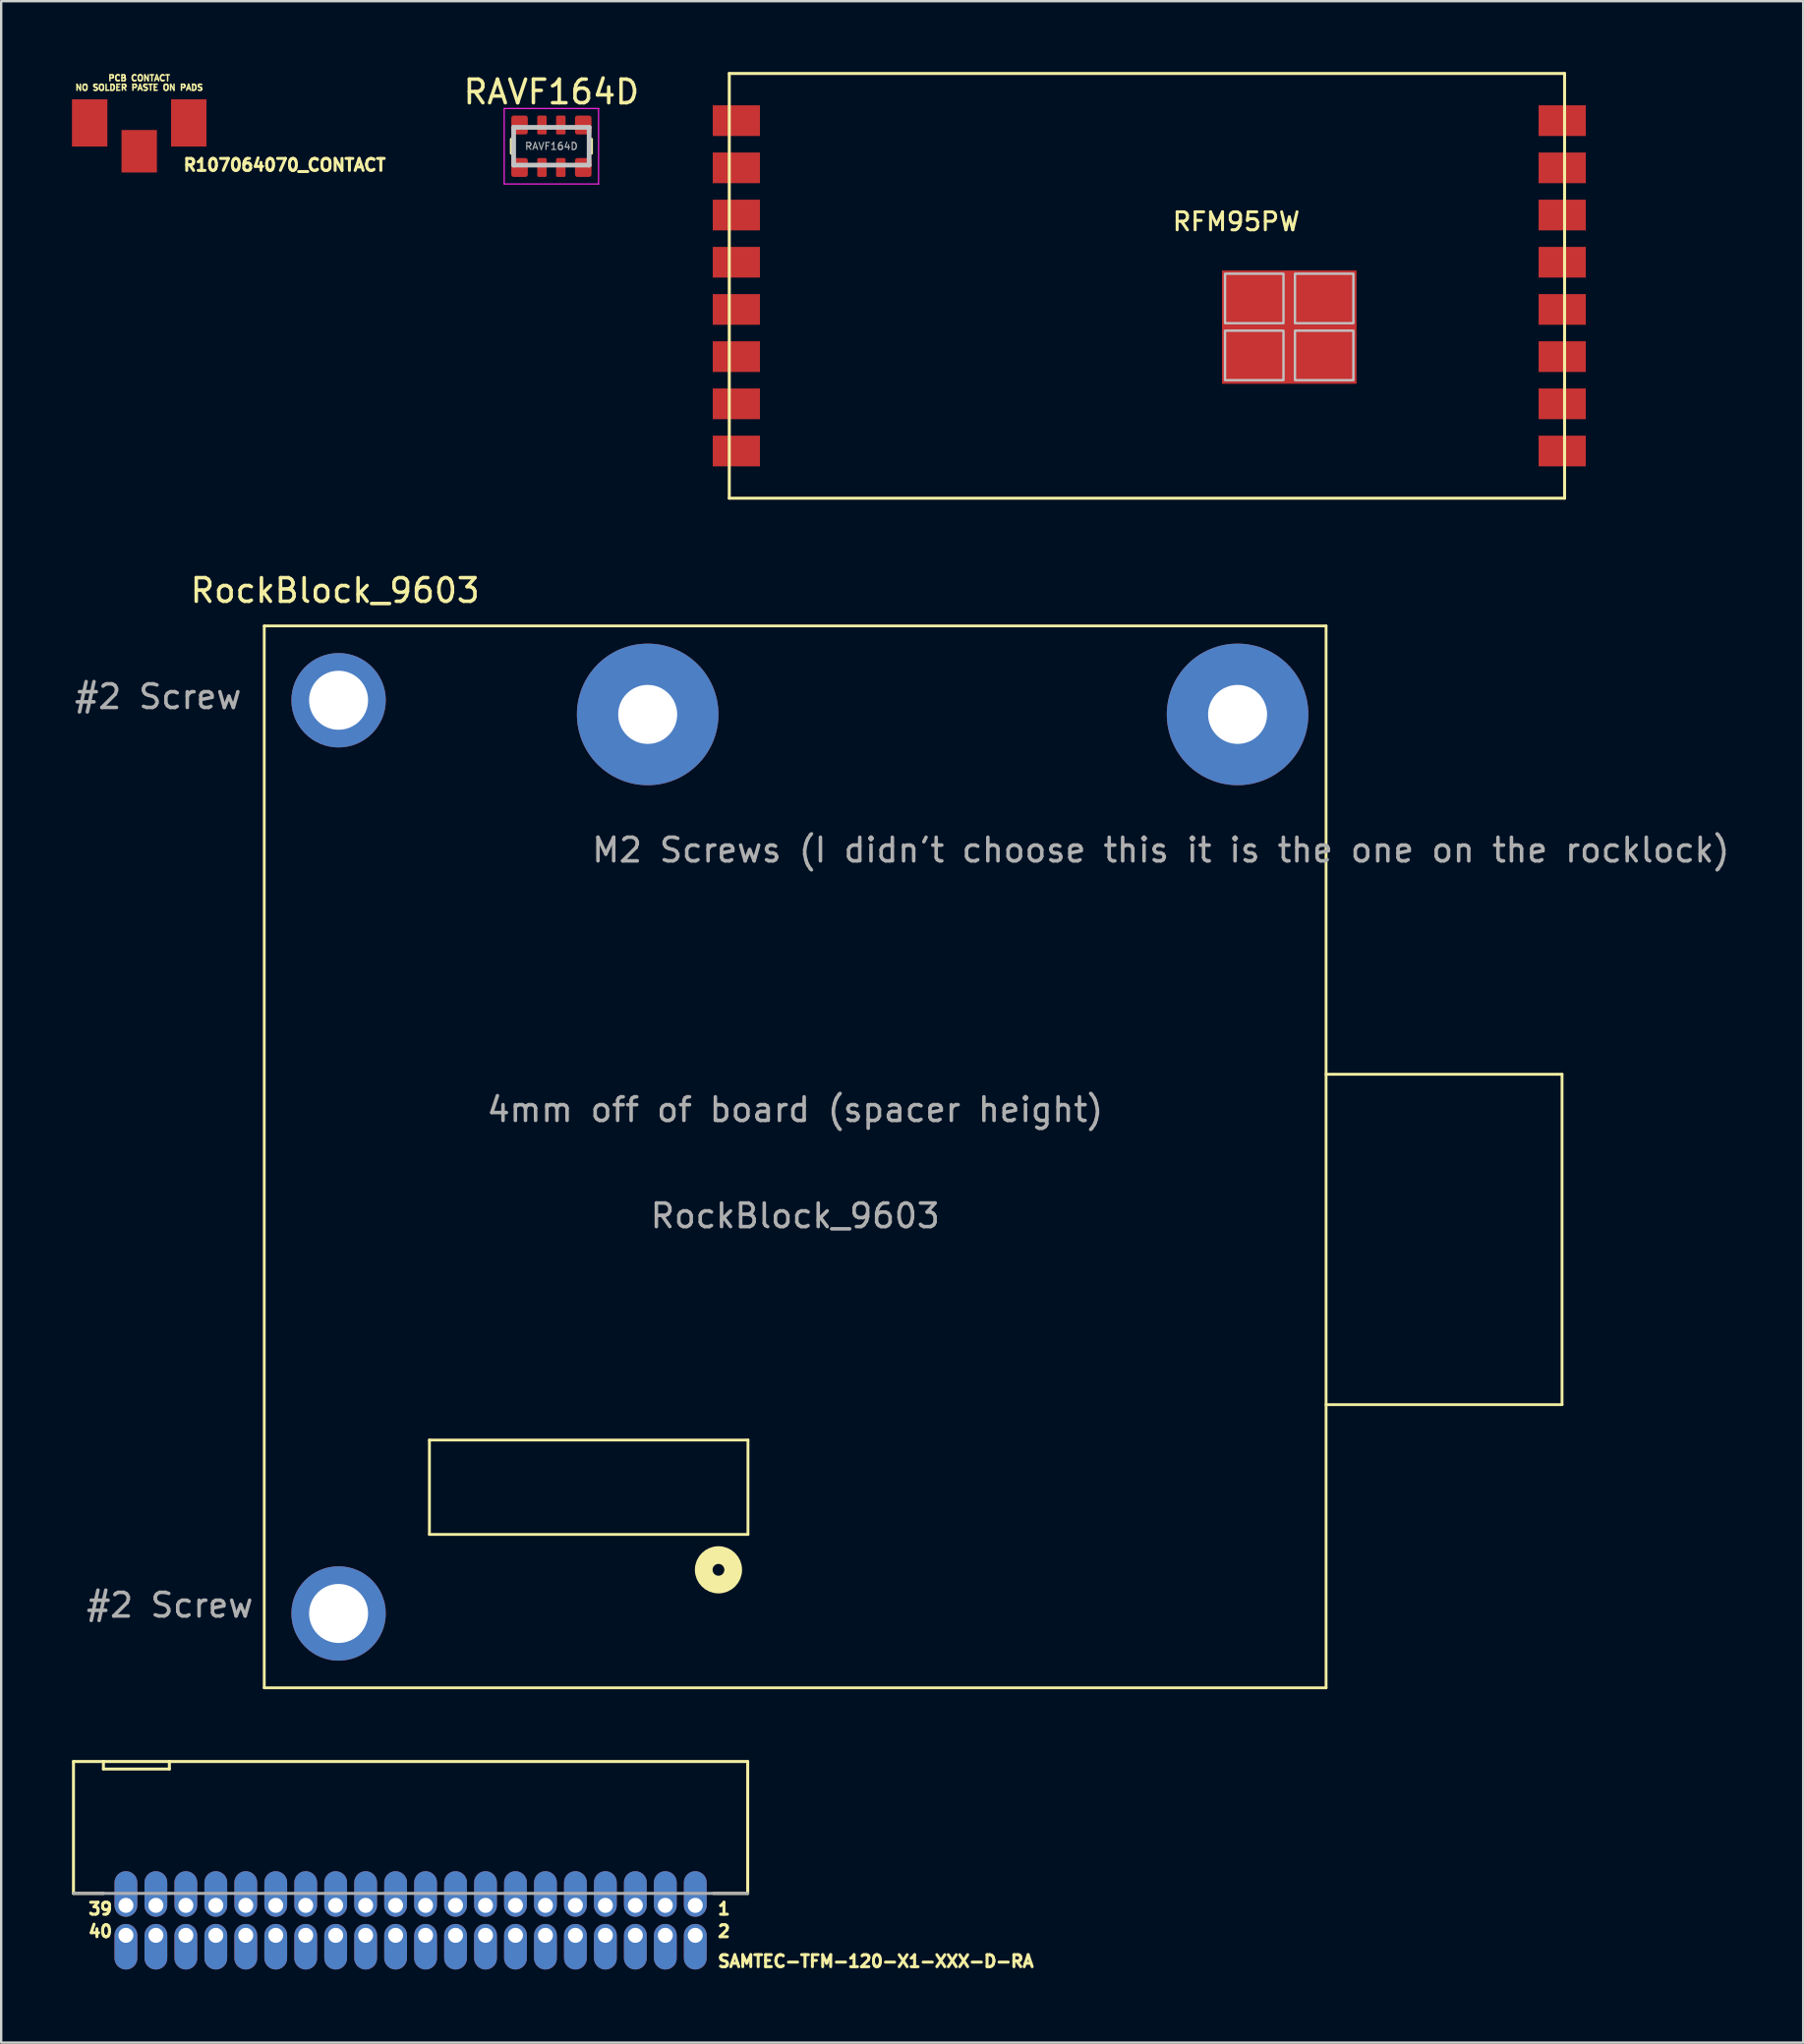
<source format=kicad_pcb>
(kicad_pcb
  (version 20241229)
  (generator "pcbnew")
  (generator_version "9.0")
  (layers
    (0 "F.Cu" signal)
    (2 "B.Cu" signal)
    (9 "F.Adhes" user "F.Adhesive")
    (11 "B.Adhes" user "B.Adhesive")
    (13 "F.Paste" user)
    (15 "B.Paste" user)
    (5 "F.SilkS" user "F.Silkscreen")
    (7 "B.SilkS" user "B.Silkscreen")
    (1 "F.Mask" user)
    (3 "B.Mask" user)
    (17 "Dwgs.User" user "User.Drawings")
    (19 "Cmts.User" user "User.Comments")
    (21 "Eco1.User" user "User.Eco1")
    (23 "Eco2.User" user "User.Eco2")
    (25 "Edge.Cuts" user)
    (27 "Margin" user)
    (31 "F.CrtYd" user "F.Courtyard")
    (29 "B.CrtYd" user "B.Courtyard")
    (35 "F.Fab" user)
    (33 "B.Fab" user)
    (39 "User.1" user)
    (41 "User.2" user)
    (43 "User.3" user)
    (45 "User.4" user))
  (footprint "RAVF164D"
    (layer "F.Cu")
    (at 20.318 3.148)
    (property "Reference" "RAVF164D" (at 0 -2.3 0) (unlocked yes) (layer "F.SilkS") (effects (font (size 1 1) (thickness 0.15))))
    (attr smd)
    (fp_line (start -1.7 -0.3) (end -1.7 0.3) (stroke (width 0.12) (type default)) (layer "F.SilkS"))
    (fp_line (start 1.7 -0.3) (end 1.7 0.3) (stroke (width 0.12) (type default)) (layer "F.SilkS"))
    (fp_line (start -1.6 -0.8) (end -1.6 0.8) (stroke (width 0.2) (type default)) (layer "Dwgs.User"))
    (fp_line (start -1.6 -0.8) (end 1.6 -0.8) (stroke (width 0.2) (type default)) (layer "Dwgs.User"))
    (fp_line (start -1.6 0.8) (end 1.6 0.8) (stroke (width 0.2) (type default)) (layer "Dwgs.User"))
    (fp_line (start 1.6 -0.8) (end 1.6 0.8) (stroke (width 0.2) (type default)) (layer "Dwgs.User"))
    (fp_line (start -2 -1.6) (end -2 1.6) (stroke (width 0.05) (type default)) (layer "F.CrtYd"))
    (fp_line (start -2 -1.6) (end 2 -1.6) (stroke (width 0.05) (type default)) (layer "F.CrtYd"))
    (fp_line (start -2 1.6) (end 2 1.6) (stroke (width 0.05) (type default)) (layer "F.CrtYd"))
    (fp_line (start 2 -1.6) (end 2 1.6) (stroke (width 0.05) (type default)) (layer "F.CrtYd"))
    (fp_text user "${REFERENCE}" (at 0 0 0) (unlocked yes) (layer "F.Fab") (effects (font (size 0.3 0.3) (thickness 0.05) (bold yes))))
    (pad "1" smd roundrect (at -1.35 0.9) (size 0.7 0.8) (layers "F.Cu" "F.Mask" "F.Paste") (roundrect_rratio 0.15))
    (pad "2" smd roundrect (at -0.4 0.9) (size 0.4 0.8) (layers "F.Cu" "F.Mask" "F.Paste") (roundrect_rratio 0.15))
    (pad "3" smd roundrect (at 0.4 0.9) (size 0.4 0.8) (layers "F.Cu" "F.Mask" "F.Paste") (roundrect_rratio 0.15))
    (pad "4" smd roundrect (at 1.35 0.9) (size 0.7 0.8) (layers "F.Cu" "F.Mask" "F.Paste") (roundrect_rratio 0.15))
    (pad "5" smd roundrect (at 1.35 -0.9) (size 0.7 0.8) (layers "F.Cu" "F.Mask" "F.Paste") (roundrect_rratio 0.15))
    (pad "6" smd roundrect (at 0.4 -0.9) (size 0.4 0.8) (layers "F.Cu" "F.Mask" "F.Paste") (roundrect_rratio 0.15))
    (pad "7" smd roundrect (at -0.4 -0.9) (size 0.4 0.8) (layers "F.Cu" "F.Mask" "F.Paste") (roundrect_rratio 0.15))
    (pad "8" smd roundrect (at -1.35 -0.9) (size 0.7 0.8) (layers "F.Cu" "F.Mask" "F.Paste") (roundrect_rratio 0.15)))
  (footprint "RockBlock_9603"
    (layer "F.Cu")
    (at 30.649 45.975)
    (property "Reference" "RockBlock_9603" (at -19.5 -24 0) (unlocked yes) (layer "F.SilkS") (effects (font (size 1 1) (thickness 0.15))))
    (fp_line (start -22.5 22.5) (end -22.5 -22.5) (stroke (width 0.12) (type solid)) (layer "F.SilkS"))
    (fp_line (start -15.5 12) (end -15.5 16) (stroke (width 0.12) (type solid)) (layer "F.SilkS"))
    (fp_line (start -15.5 16) (end -2 16) (stroke (width 0.12) (type solid)) (layer "F.SilkS"))
    (fp_line (start -2 12) (end -15.5 12) (stroke (width 0.12) (type solid)) (layer "F.SilkS"))
    (fp_line (start -2 16) (end -2 12) (stroke (width 0.12) (type solid)) (layer "F.SilkS"))
    (fp_line (start 22.5 -22.5) (end -22.5 -22.5) (stroke (width 0.12) (type solid)) (layer "F.SilkS"))
    (fp_line (start 22.5 -3.5) (end 32.5 -3.5) (stroke (width 0.12) (type solid)) (layer "F.SilkS"))
    (fp_line (start 22.5 22.5) (end -22.5 22.5) (stroke (width 0.12) (type solid)) (layer "F.SilkS"))
    (fp_line (start 22.5 22.5) (end 22.5 -22.5) (stroke (width 0.12) (type solid)) (layer "F.SilkS"))
    (fp_line (start 32.5 10.5) (end 22.5 10.5) (stroke (width 0.12) (type solid)) (layer "F.SilkS"))
    (fp_line (start 32.5 10.5) (end 32.5 -3.5) (stroke (width 0.12) (type solid)) (layer "F.SilkS"))
    (fp_circle (center -3.25 17.5) (end -3 17.5) (stroke (width 0.75) (type solid)) (fill no) (layer "F.SilkS"))
    (fp_text user "#2 Screw" (at -27 -19.5 0) (unlocked yes) (layer "F.Fab") (effects (font (size 1 1) (thickness 0.15))))
    (fp_text user "M2 Screws (I didn't choose this it is the one on the rocklock)" (at 15.5 -13 0) (unlocked yes) (layer "F.Fab") (effects (font (size 1 1) (thickness 0.15))))
    (fp_text user "4mm off of board (spacer height)" (at 0 -2 0) (unlocked yes) (layer "F.Fab") (effects (font (size 1 1) (thickness 0.15))))
    (fp_text user "#2 Screw" (at -26.5 19 0) (unlocked yes) (layer "F.Fab") (effects (font (size 1 1) (thickness 0.15))))
    (fp_text user "${REFERENCE}" (at 0 2.5 0) (unlocked yes) (layer "F.Fab") (effects (font (size 1 1) (thickness 0.15))))
    (pad "1" thru_hole circle (at -19.35 -19.35) (size 4 4) (drill 2.5) (layers "*.Cu" "*.Mask"))
    (pad "1" thru_hole circle (at -19.35 19.35) (size 4 4) (drill 2.5) (layers "*.Cu" "*.Mask"))
    (pad "1" thru_hole circle (at -6.25 -18.75) (size 6 6) (drill 2.5) (layers "*.Cu" "*.Mask"))
    (pad "1" thru_hole circle (at 18.75 -18.75) (size 6 6) (drill 2.5) (layers "*.Cu" "*.Mask")))
  (footprint "RFM95PW"
    (layer "F.Cu")
    (at 45.557 8.563)
    (property "Reference" "RFM95PW" (at 1.016 -2.667 180) (layer "F.SilkS") (effects (font (size 0.762 0.762) (thickness 0.127)) (justify left top)))
    (attr through_hole)
    (fp_line (start -17.7 -8.5) (end 17.7 -8.5) (stroke (width 0.127) (type solid)) (layer "F.SilkS"))
    (fp_line (start -17.7 9.5) (end -17.7 -8.5) (stroke (width 0.127) (type solid)) (layer "F.SilkS"))
    (fp_line (start -17.7 9.5) (end 17.7 9.5) (stroke (width 0.127) (type solid)) (layer "F.SilkS"))
    (fp_line (start 17.7 9.5) (end 17.7 -8.5) (stroke (width 0.127) (type solid)) (layer "F.SilkS"))
    (fp_poly (pts (xy 5.787 2.083) (xy 3.31 2.083) (xy 3.31 -0.013) (xy 5.787 -0.013)) (stroke (width 0.1) (type solid)) (fill no) (layer "Dwgs.User"))
    (fp_poly (pts (xy 5.787 4.496) (xy 3.31 4.496) (xy 3.31 2.4) (xy 5.787 2.4)) (stroke (width 0.1) (type solid)) (fill no) (layer "Dwgs.User"))
    (fp_poly (pts (xy 8.75 2.083) (xy 6.274 2.083) (xy 6.274 -0.013) (xy 8.75 -0.013)) (stroke (width 0.1) (type solid)) (fill no) (layer "Dwgs.User"))
    (fp_poly (pts (xy 8.75 4.496) (xy 6.274 4.496) (xy 6.274 2.4) (xy 8.75 2.4)) (stroke (width 0.1) (type solid)) (fill no) (layer "Dwgs.User"))
    (pad "1" smd rect (at 17.6 7.5) (size 2 1.3) (layers "F.Cu" "F.Mask" "F.Paste"))
    (pad "2" smd rect (at 17.6 5.5) (size 2 1.3) (layers "F.Cu" "F.Mask" "F.Paste"))
    (pad "3" smd rect (at 17.6 3.5) (size 2 1.3) (layers "F.Cu" "F.Mask" "F.Paste"))
    (pad "4" smd rect (at 17.6 1.5) (size 2 1.3) (layers "F.Cu" "F.Mask" "F.Paste"))
    (pad "5" smd rect (at 17.6 -0.5) (size 2 1.3) (layers "F.Cu" "F.Mask" "F.Paste"))
    (pad "6" smd rect (at 17.6 -2.5) (size 2 1.3) (layers "F.Cu" "F.Mask" "F.Paste"))
    (pad "7" smd rect (at 17.6 -4.5) (size 2 1.3) (layers "F.Cu" "F.Mask" "F.Paste"))
    (pad "8" smd rect (at 17.6 -6.5) (size 2 1.3) (layers "F.Cu" "F.Mask" "F.Paste"))
    (pad "9" smd rect (at -17.4 -6.5) (size 2 1.3) (layers "F.Cu" "F.Mask" "F.Paste"))
    (pad "10" smd rect (at -17.4 -4.5) (size 2 1.3) (layers "F.Cu" "F.Mask" "F.Paste"))
    (pad "11" smd rect (at -17.4 -2.5) (size 2 1.3) (layers "F.Cu" "F.Mask" "F.Paste"))
    (pad "12" smd rect (at -17.4 -0.5) (size 2 1.3) (layers "F.Cu" "F.Mask" "F.Paste"))
    (pad "13" smd rect (at -17.4 1.5) (size 2 1.3) (layers "F.Cu" "F.Mask" "F.Paste"))
    (pad "14" smd rect (at -17.4 3.5) (size 2 1.3) (layers "F.Cu" "F.Mask" "F.Paste"))
    (pad "15" smd rect (at -17.4 5.5) (size 2 1.3) (layers "F.Cu" "F.Mask" "F.Paste"))
    (pad "16" smd rect (at -17.4 7.5) (size 2 1.3) (layers "F.Cu" "F.Mask" "F.Paste"))
    (pad "17" smd rect (at 6.032 2.25) (size 5.7 4.8) (layers "F.Cu" "F.Mask")))
  (footprint "R107064070_CONTACT"
    (layer "F.Cu")
    (at 2.85 2.16)
    (property "Reference" "R107064070_CONTACT" (at 1.81 2.08 0) (layer "F.SilkS") (effects (font (size 0.508 0.508) (thickness 0.127)) (justify left bottom)))
    (fp_text user "NO SOLDER PASTE ON PADS" (at 0 -1.5 0) (unlocked yes) (layer "F.SilkS") (effects (font (size 0.254 0.254) (thickness 0.064))))
    (fp_text user "PCB CONTACT" (at 0 -1.9 0) (unlocked yes) (layer "F.SilkS") (effects (font (size 0.254 0.254) (thickness 0.064))))
    (pad "P$1" smd rect (at 0 1.2) (size 1.5 1.8) (property pad_prop_testpoint) (layers "F.Cu" "F.Mask"))
    (pad "P$2" smd rect (at -2.1 0) (size 1.5 2) (property pad_prop_testpoint) (layers "F.Cu" "F.Mask"))
    (pad "P$3" smd rect (at 2.1 0) (size 1.5 2) (property pad_prop_testpoint) (layers "F.Cu" "F.Mask"))
    (zone (net_name "") (layer "F.Cu") (hatch edge 0.508) (connect_pads) (min_thickness 0.254) (filled_areas_thickness no) (keepout (tracks not_allowed) (vias not_allowed) (pads not_allowed) (copperpour not_allowed) (footprints allowed)) (placement (enabled no)) (fill) (polygon (pts (xy 1.5 2.46) (xy 4.2 2.46) (xy 4.2 1.16) (xy 1.5 1.16))))
    (zone (net_name "") (layer "F.Cu") (hatch edge 0.508) (connect_pads) (min_thickness 0.254) (filled_areas_thickness no) (keepout (tracks not_allowed) (vias not_allowed) (pads not_allowed) (copperpour not_allowed) (footprints allowed)) (placement (enabled no)) (fill) (polygon (pts (xy 1.5 4.66) (xy 2.1 4.66) (xy 2.1 2.46) (xy 1.5 2.46))))
    (zone (net_name "") (layer "F.Cu") (hatch edge 0.508) (connect_pads) (min_thickness 0.254) (filled_areas_thickness no) (keepout (tracks not_allowed) (vias not_allowed) (pads not_allowed) (copperpour not_allowed) (footprints allowed)) (placement (enabled no)) (fill) (polygon (pts (xy 3.6 4.66) (xy 4.2 4.66) (xy 4.2 2.46) (xy 3.6 2.46)))))
  (footprint "SAMTEC-TFM-120-X1-XXX-D-RA"
    (layer "F.Cu")
    (at 14.351 78.33)
    (property "Reference" "SAMTEC-TFM-120-X1-XXX-D-RA" (at 12.954 2.032 0) (layer "F.SilkS") (effects (font (size 0.508 0.508) (thickness 0.127)) (justify left bottom)))
    (fp_line (start -14.287 -6.731) (end -13.018 -6.731) (stroke (width 0.127) (type solid)) (layer "F.SilkS"))
    (fp_line (start -14.287 -1.143) (end -14.287 -6.731) (stroke (width 0.127) (type solid)) (layer "F.SilkS"))
    (fp_line (start -14.287 -1.143) (end -13.018 -1.143) (stroke (width 0.127) (type solid)) (layer "F.SilkS"))
    (fp_line (start -13.018 -6.731) (end -13.018 -6.413) (stroke (width 0.127) (type solid)) (layer "F.SilkS"))
    (fp_line (start -13.018 -6.731) (end -10.223 -6.731) (stroke (width 0.127) (type solid)) (layer "F.SilkS"))
    (fp_line (start -13.018 -6.413) (end -10.223 -6.413) (stroke (width 0.127) (type solid)) (layer "F.SilkS"))
    (fp_line (start -10.223 -6.731) (end 14.287 -6.731) (stroke (width 0.127) (type solid)) (layer "F.SilkS"))
    (fp_line (start -10.223 -6.413) (end -10.223 -6.731) (stroke (width 0.127) (type solid)) (layer "F.SilkS"))
    (fp_line (start 12.827 -1.143) (end 14.287 -1.143) (stroke (width 0.127) (type solid)) (layer "F.SilkS"))
    (fp_line (start 14.287 -6.731) (end 14.287 -1.143) (stroke (width 0.127) (type solid)) (layer "F.SilkS"))
    (fp_line (start -14.287 -1.143) (end -13.018 -1.143) (stroke (width 0.127) (type solid)) (layer "F.Fab"))
    (fp_line (start -13.018 -1.143) (end -10.223 -1.143) (stroke (width 0.127) (type solid)) (layer "F.Fab"))
    (fp_line (start -10.223 -1.143) (end 14.287 -1.143) (stroke (width 0.127) (type solid)) (layer "F.Fab"))
    (fp_text user "2" (at 12.954 0.762 0) (layer "F.SilkS") (effects (font (size 0.508 0.508) (thickness 0.127)) (justify left bottom)))
    (fp_text user "1" (at 12.954 -0.191 0) (layer "F.SilkS") (effects (font (size 0.508 0.508) (thickness 0.127)) (justify left bottom)))
    (fp_text user "39" (at -13.716 -0.191 0) (layer "F.SilkS") (effects (font (size 0.508 0.508) (thickness 0.127)) (justify left bottom)))
    (fp_text user "40" (at -13.716 0.762 0) (layer "F.SilkS") (effects (font (size 0.508 0.508) (thickness 0.127)) (justify left bottom)))
    (pad "1" thru_hole oval (at 12.065 -0.635 90) (size 1.93 0.965) (drill 0.635 (offset 0.483 0)) (layers "*.Cu" "*.Mask"))
    (pad "2" thru_hole oval (at 12.065 0.635 270) (size 1.93 0.965) (drill 0.635 (offset 0.483 0)) (layers "*.Cu" "*.Mask"))
    (pad "3" thru_hole oval (at 10.795 -0.635 90) (size 1.93 0.965) (drill 0.635 (offset 0.483 0)) (layers "*.Cu" "*.Mask"))
    (pad "4" thru_hole oval (at 10.795 0.635 270) (size 1.93 0.965) (drill 0.635 (offset 0.483 0)) (layers "*.Cu" "*.Mask"))
    (pad "5" thru_hole oval (at 9.525 -0.635 90) (size 1.93 0.965) (drill 0.635 (offset 0.483 0)) (layers "*.Cu" "*.Mask"))
    (pad "6" thru_hole oval (at 9.525 0.635 270) (size 1.93 0.965) (drill 0.635 (offset 0.483 0)) (layers "*.Cu" "*.Mask"))
    (pad "7" thru_hole oval (at 8.255 -0.635 90) (size 1.93 0.965) (drill 0.635 (offset 0.483 0)) (layers "*.Cu" "*.Mask"))
    (pad "8" thru_hole oval (at 8.255 0.635 270) (size 1.93 0.965) (drill 0.635 (offset 0.483 0)) (layers "*.Cu" "*.Mask"))
    (pad "9" thru_hole oval (at 6.985 -0.635 90) (size 1.93 0.965) (drill 0.635 (offset 0.483 0)) (layers "*.Cu" "*.Mask"))
    (pad "10" thru_hole oval (at 6.985 0.635 270) (size 1.93 0.965) (drill 0.635 (offset 0.483 0)) (layers "*.Cu" "*.Mask"))
    (pad "11" thru_hole oval (at 5.715 -0.635 90) (size 1.93 0.965) (drill 0.635 (offset 0.483 0)) (layers "*.Cu" "*.Mask"))
    (pad "12" thru_hole oval (at 5.715 0.635 270) (size 1.93 0.965) (drill 0.635 (offset 0.483 0)) (layers "*.Cu" "*.Mask"))
    (pad "13" thru_hole oval (at 4.445 -0.635 90) (size 1.93 0.965) (drill 0.635 (offset 0.483 0)) (layers "*.Cu" "*.Mask"))
    (pad "14" thru_hole oval (at 4.445 0.635 270) (size 1.93 0.965) (drill 0.635 (offset 0.483 0)) (layers "*.Cu" "*.Mask"))
    (pad "15" thru_hole oval (at 3.175 -0.635 90) (size 1.93 0.965) (drill 0.635 (offset 0.483 0)) (layers "*.Cu" "*.Mask"))
    (pad "16" thru_hole oval (at 3.175 0.635 270) (size 1.93 0.965) (drill 0.635 (offset 0.483 0)) (layers "*.Cu" "*.Mask"))
    (pad "17" thru_hole oval (at 1.905 -0.635 90) (size 1.93 0.965) (drill 0.635 (offset 0.483 0)) (layers "*.Cu" "*.Mask"))
    (pad "18" thru_hole oval (at 1.905 0.635 270) (size 1.93 0.965) (drill 0.635 (offset 0.483 0)) (layers "*.Cu" "*.Mask"))
    (pad "19" thru_hole oval (at 0.635 -0.635 90) (size 1.93 0.965) (drill 0.635 (offset 0.483 0)) (layers "*.Cu" "*.Mask"))
    (pad "20" thru_hole oval (at 0.635 0.635 270) (size 1.93 0.965) (drill 0.635 (offset 0.483 0)) (layers "*.Cu" "*.Mask"))
    (pad "21" thru_hole oval (at -0.635 -0.635 90) (size 1.93 0.965) (drill 0.635 (offset 0.483 0)) (layers "*.Cu" "*.Mask"))
    (pad "22" thru_hole oval (at -0.635 0.635 270) (size 1.93 0.965) (drill 0.635 (offset 0.483 0)) (layers "*.Cu" "*.Mask"))
    (pad "23" thru_hole oval (at -1.905 -0.635 90) (size 1.93 0.965) (drill 0.635 (offset 0.483 0)) (layers "*.Cu" "*.Mask"))
    (pad "24" thru_hole oval (at -1.905 0.635 270) (size 1.93 0.965) (drill 0.635 (offset 0.483 0)) (layers "*.Cu" "*.Mask"))
    (pad "25" thru_hole oval (at -3.175 -0.635 90) (size 1.93 0.965) (drill 0.635 (offset 0.483 0)) (layers "*.Cu" "*.Mask"))
    (pad "26" thru_hole oval (at -3.175 0.635 270) (size 1.93 0.965) (drill 0.635 (offset 0.483 0)) (layers "*.Cu" "*.Mask"))
    (pad "27" thru_hole oval (at -4.445 -0.635 90) (size 1.93 0.965) (drill 0.635 (offset 0.483 0)) (layers "*.Cu" "*.Mask"))
    (pad "28" thru_hole oval (at -4.445 0.635 270) (size 1.93 0.965) (drill 0.635 (offset 0.483 0)) (layers "*.Cu" "*.Mask"))
    (pad "29" thru_hole oval (at -5.715 -0.635 90) (size 1.93 0.965) (drill 0.635 (offset 0.483 0)) (layers "*.Cu" "*.Mask"))
    (pad "30" thru_hole oval (at -5.715 0.635 270) (size 1.93 0.965) (drill 0.635 (offset 0.483 0)) (layers "*.Cu" "*.Mask"))
    (pad "31" thru_hole oval (at -6.985 -0.635 90) (size 1.93 0.965) (drill 0.635 (offset 0.483 0)) (layers "*.Cu" "*.Mask"))
    (pad "32" thru_hole oval (at -6.985 0.635 270) (size 1.93 0.965) (drill 0.635 (offset 0.483 0)) (layers "*.Cu" "*.Mask"))
    (pad "33" thru_hole oval (at -8.255 -0.635 90) (size 1.93 0.965) (drill 0.635 (offset 0.483 0)) (layers "*.Cu" "*.Mask"))
    (pad "34" thru_hole oval (at -8.255 0.635 270) (size 1.93 0.965) (drill 0.635 (offset 0.483 0)) (layers "*.Cu" "*.Mask"))
    (pad "35" thru_hole oval (at -9.525 -0.635 90) (size 1.93 0.965) (drill 0.635 (offset 0.483 0)) (layers "*.Cu" "*.Mask"))
    (pad "36" thru_hole oval (at -9.525 0.635 270) (size 1.93 0.965) (drill 0.635 (offset 0.483 0)) (layers "*.Cu" "*.Mask"))
    (pad "37" thru_hole oval (at -10.795 -0.635 90) (size 1.93 0.965) (drill 0.635 (offset 0.483 0)) (layers "*.Cu" "*.Mask"))
    (pad "38" thru_hole oval (at -10.795 0.635 270) (size 1.93 0.965) (drill 0.635 (offset 0.483 0)) (layers "*.Cu" "*.Mask"))
    (pad "39" thru_hole oval (at -12.065 -0.635 90) (size 1.93 0.965) (drill 0.635 (offset 0.483 0)) (layers "*.Cu" "*.Mask"))
    (pad "40" thru_hole oval (at -12.065 0.635 270) (size 1.93 0.965) (drill 0.635 (offset 0.483 0)) (layers "*.Cu" "*.Mask")))
  (gr_rect
    (start -3 -3)
    (end 73.369 83.513)
    (stroke (width 0.1) (type default))
    (fill no)
    (layer "Edge.Cuts")))
</source>
